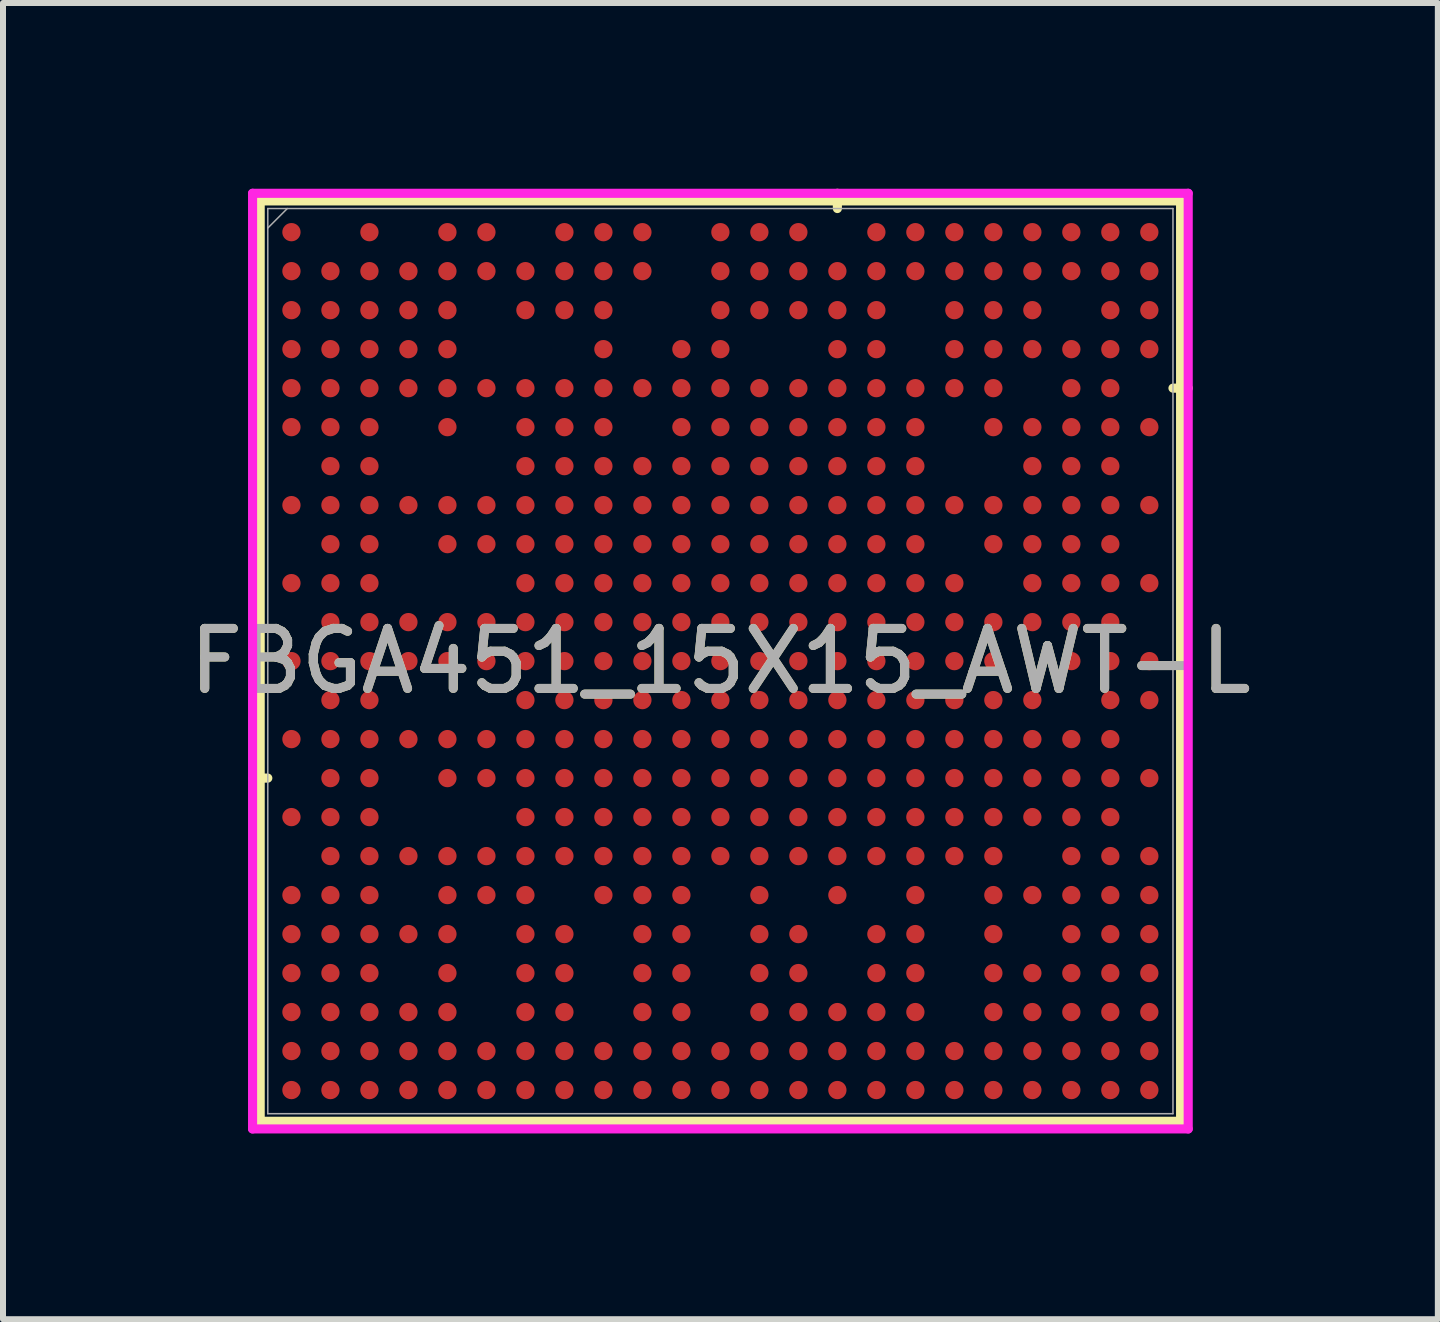
<source format=kicad_pcb>
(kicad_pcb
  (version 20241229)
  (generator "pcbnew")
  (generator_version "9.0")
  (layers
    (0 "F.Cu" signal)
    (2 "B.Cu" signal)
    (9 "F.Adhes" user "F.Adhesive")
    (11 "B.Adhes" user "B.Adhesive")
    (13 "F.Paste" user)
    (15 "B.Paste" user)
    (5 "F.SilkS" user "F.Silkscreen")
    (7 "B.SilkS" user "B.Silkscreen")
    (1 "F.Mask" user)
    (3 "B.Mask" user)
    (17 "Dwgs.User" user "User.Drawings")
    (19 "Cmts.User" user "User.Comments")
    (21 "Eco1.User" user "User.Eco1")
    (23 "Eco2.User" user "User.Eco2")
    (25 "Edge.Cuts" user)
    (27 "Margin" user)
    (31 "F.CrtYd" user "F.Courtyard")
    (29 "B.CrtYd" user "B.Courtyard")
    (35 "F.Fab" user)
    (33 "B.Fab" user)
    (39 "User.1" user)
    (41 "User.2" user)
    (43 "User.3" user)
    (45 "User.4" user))
  (footprint "FBGA451_15X15_AWT-L"
    (layer "F.Cu")
    (at 8.958 7.97)
    (property "Reference" "FBGA451_15X15_AWT-L" (at 0 0 0) (unlocked yes) (layer "F.SilkS") (effects (font (size 1 1) (thickness 0.15))))
    (attr smd)
    (fp_line (start -7.671 -7.671) (end -7.671 7.671) (stroke (width 0.152) (type solid)) (layer "F.SilkS"))
    (fp_line (start -7.671 7.671) (end 7.671 7.671) (stroke (width 0.152) (type solid)) (layer "F.SilkS"))
    (fp_line (start -7.544 1.95) (end -7.798 1.95) (stroke (width 0.152) (type solid)) (layer "F.SilkS"))
    (fp_line (start 1.95 -7.544) (end 1.95 -7.798) (stroke (width 0.152) (type solid)) (layer "F.SilkS"))
    (fp_line (start 7.544 -4.55) (end 7.798 -4.55) (stroke (width 0.152) (type solid)) (layer "F.SilkS"))
    (fp_line (start 7.671 -7.671) (end -7.671 -7.671) (stroke (width 0.152) (type solid)) (layer "F.SilkS"))
    (fp_line (start 7.671 7.671) (end 7.671 -7.671) (stroke (width 0.152) (type solid)) (layer "F.SilkS"))
    (fp_poly (pts (xy -7.92 -7.92) (xy 7.92 -7.92) (xy 7.92 7.92) (xy -7.92 7.92)) (stroke (width 0.1) (type solid)) (fill no) (layer "Eco2.User"))
    (fp_line (start -7.798 -7.798) (end 7.798 -7.798) (stroke (width 0.152) (type solid)) (layer "F.CrtYd"))
    (fp_line (start -7.798 7.798) (end -7.798 -7.798) (stroke (width 0.152) (type solid)) (layer "F.CrtYd"))
    (fp_line (start 7.798 -7.798) (end 7.798 7.798) (stroke (width 0.152) (type solid)) (layer "F.CrtYd"))
    (fp_line (start 7.798 7.798) (end -7.798 7.798) (stroke (width 0.152) (type solid)) (layer "F.CrtYd"))
    (fp_line (start -7.544 -7.544) (end -7.544 7.544) (stroke (width 0.025) (type solid)) (layer "F.Fab"))
    (fp_line (start -7.544 7.544) (end 7.544 7.544) (stroke (width 0.025) (type solid)) (layer "F.Fab"))
    (fp_line (start -7.219 -7.544) (end -7.544 -7.219) (stroke (width 0.025) (type solid)) (layer "F.Fab"))
    (fp_line (start 7.544 -7.544) (end -7.544 -7.544) (stroke (width 0.025) (type solid)) (layer "F.Fab"))
    (fp_line (start 7.544 7.544) (end 7.544 -7.544) (stroke (width 0.025) (type solid)) (layer "F.Fab"))
    (fp_text user "${REFERENCE}" (at 0 0 0) (unlocked yes) (layer "F.Fab") (effects (font (size 1 1) (thickness 0.15))))
    (pad "A1" smd circle (at -7.15 -7.15) (size 0.305 0.305) (layers "F.Cu" "F.Mask" "F.Paste"))
    (pad "A3" smd circle (at -5.85 -7.15) (size 0.305 0.305) (layers "F.Cu" "F.Mask" "F.Paste"))
    (pad "A5" smd circle (at -4.55 -7.15) (size 0.305 0.305) (layers "F.Cu" "F.Mask" "F.Paste"))
    (pad "A6" smd circle (at -3.9 -7.15) (size 0.305 0.305) (layers "F.Cu" "F.Mask" "F.Paste"))
    (pad "A8" smd circle (at -2.6 -7.15) (size 0.305 0.305) (layers "F.Cu" "F.Mask" "F.Paste"))
    (pad "A9" smd circle (at -1.95 -7.15) (size 0.305 0.305) (layers "F.Cu" "F.Mask" "F.Paste"))
    (pad "A10" smd circle (at -1.3 -7.15) (size 0.305 0.305) (layers "F.Cu" "F.Mask" "F.Paste"))
    (pad "A12" smd circle (at 0 -7.15) (size 0.305 0.305) (layers "F.Cu" "F.Mask" "F.Paste"))
    (pad "A13" smd circle (at 0.65 -7.15) (size 0.305 0.305) (layers "F.Cu" "F.Mask" "F.Paste"))
    (pad "A14" smd circle (at 1.3 -7.15) (size 0.305 0.305) (layers "F.Cu" "F.Mask" "F.Paste"))
    (pad "A16" smd circle (at 2.6 -7.15) (size 0.305 0.305) (layers "F.Cu" "F.Mask" "F.Paste"))
    (pad "A17" smd circle (at 3.25 -7.15) (size 0.305 0.305) (layers "F.Cu" "F.Mask" "F.Paste"))
    (pad "A18" smd circle (at 3.9 -7.15) (size 0.305 0.305) (layers "F.Cu" "F.Mask" "F.Paste"))
    (pad "A19" smd circle (at 4.55 -7.15) (size 0.305 0.305) (layers "F.Cu" "F.Mask" "F.Paste"))
    (pad "A20" smd circle (at 5.2 -7.15) (size 0.305 0.305) (layers "F.Cu" "F.Mask" "F.Paste"))
    (pad "A21" smd circle (at 5.85 -7.15) (size 0.305 0.305) (layers "F.Cu" "F.Mask" "F.Paste"))
    (pad "A22" smd circle (at 6.5 -7.15) (size 0.305 0.305) (layers "F.Cu" "F.Mask" "F.Paste"))
    (pad "A23" smd circle (at 7.15 -7.15) (size 0.305 0.305) (layers "F.Cu" "F.Mask" "F.Paste"))
    (pad "AA1" smd circle (at -7.15 5.85) (size 0.305 0.305) (layers "F.Cu" "F.Mask" "F.Paste"))
    (pad "AA2" smd circle (at -6.5 5.85) (size 0.305 0.305) (layers "F.Cu" "F.Mask" "F.Paste"))
    (pad "AA3" smd circle (at -5.85 5.85) (size 0.305 0.305) (layers "F.Cu" "F.Mask" "F.Paste"))
    (pad "AA4" smd circle (at -5.2 5.85) (size 0.305 0.305) (layers "F.Cu" "F.Mask" "F.Paste"))
    (pad "AA5" smd circle (at -4.55 5.85) (size 0.305 0.305) (layers "F.Cu" "F.Mask" "F.Paste"))
    (pad "AA7" smd circle (at -3.25 5.85) (size 0.305 0.305) (layers "F.Cu" "F.Mask" "F.Paste"))
    (pad "AA8" smd circle (at -2.6 5.85) (size 0.305 0.305) (layers "F.Cu" "F.Mask" "F.Paste"))
    (pad "AA10" smd circle (at -1.3 5.85) (size 0.305 0.305) (layers "F.Cu" "F.Mask" "F.Paste"))
    (pad "AA11" smd circle (at -0.65 5.85) (size 0.305 0.305) (layers "F.Cu" "F.Mask" "F.Paste"))
    (pad "AA13" smd circle (at 0.65 5.85) (size 0.305 0.305) (layers "F.Cu" "F.Mask" "F.Paste"))
    (pad "AA14" smd circle (at 1.3 5.85) (size 0.305 0.305) (layers "F.Cu" "F.Mask" "F.Paste"))
    (pad "AA15" smd circle (at 1.95 5.85) (size 0.305 0.305) (layers "F.Cu" "F.Mask" "F.Paste"))
    (pad "AA16" smd circle (at 2.6 5.85) (size 0.305 0.305) (layers "F.Cu" "F.Mask" "F.Paste"))
    (pad "AA17" smd circle (at 3.25 5.85) (size 0.305 0.305) (layers "F.Cu" "F.Mask" "F.Paste"))
    (pad "AA19" smd circle (at 4.55 5.85) (size 0.305 0.305) (layers "F.Cu" "F.Mask" "F.Paste"))
    (pad "AA20" smd circle (at 5.2 5.85) (size 0.305 0.305) (layers "F.Cu" "F.Mask" "F.Paste"))
    (pad "AA21" smd circle (at 5.85 5.85) (size 0.305 0.305) (layers "F.Cu" "F.Mask" "F.Paste"))
    (pad "AA22" smd circle (at 6.5 5.85) (size 0.305 0.305) (layers "F.Cu" "F.Mask" "F.Paste"))
    (pad "AA23" smd circle (at 7.15 5.85) (size 0.305 0.305) (layers "F.Cu" "F.Mask" "F.Paste"))
    (pad "AB1" smd circle (at -7.15 6.5) (size 0.305 0.305) (layers "F.Cu" "F.Mask" "F.Paste"))
    (pad "AB2" smd circle (at -6.5 6.5) (size 0.305 0.305) (layers "F.Cu" "F.Mask" "F.Paste"))
    (pad "AB3" smd circle (at -5.85 6.5) (size 0.305 0.305) (layers "F.Cu" "F.Mask" "F.Paste"))
    (pad "AB4" smd circle (at -5.2 6.5) (size 0.305 0.305) (layers "F.Cu" "F.Mask" "F.Paste"))
    (pad "AB5" smd circle (at -4.55 6.5) (size 0.305 0.305) (layers "F.Cu" "F.Mask" "F.Paste"))
    (pad "AB6" smd circle (at -3.9 6.5) (size 0.305 0.305) (layers "F.Cu" "F.Mask" "F.Paste"))
    (pad "AB7" smd circle (at -3.25 6.5) (size 0.305 0.305) (layers "F.Cu" "F.Mask" "F.Paste"))
    (pad "AB8" smd circle (at -2.6 6.5) (size 0.305 0.305) (layers "F.Cu" "F.Mask" "F.Paste"))
    (pad "AB9" smd circle (at -1.95 6.5) (size 0.305 0.305) (layers "F.Cu" "F.Mask" "F.Paste"))
    (pad "AB10" smd circle (at -1.3 6.5) (size 0.305 0.305) (layers "F.Cu" "F.Mask" "F.Paste"))
    (pad "AB11" smd circle (at -0.65 6.5) (size 0.305 0.305) (layers "F.Cu" "F.Mask" "F.Paste"))
    (pad "AB12" smd circle (at 0 6.5) (size 0.305 0.305) (layers "F.Cu" "F.Mask" "F.Paste"))
    (pad "AB13" smd circle (at 0.65 6.5) (size 0.305 0.305) (layers "F.Cu" "F.Mask" "F.Paste"))
    (pad "AB14" smd circle (at 1.3 6.5) (size 0.305 0.305) (layers "F.Cu" "F.Mask" "F.Paste"))
    (pad "AB15" smd circle (at 1.95 6.5) (size 0.305 0.305) (layers "F.Cu" "F.Mask" "F.Paste"))
    (pad "AB16" smd circle (at 2.6 6.5) (size 0.305 0.305) (layers "F.Cu" "F.Mask" "F.Paste"))
    (pad "AB17" smd circle (at 3.25 6.5) (size 0.305 0.305) (layers "F.Cu" "F.Mask" "F.Paste"))
    (pad "AB18" smd circle (at 3.9 6.5) (size 0.305 0.305) (layers "F.Cu" "F.Mask" "F.Paste"))
    (pad "AB19" smd circle (at 4.55 6.5) (size 0.305 0.305) (layers "F.Cu" "F.Mask" "F.Paste"))
    (pad "AB20" smd circle (at 5.2 6.5) (size 0.305 0.305) (layers "F.Cu" "F.Mask" "F.Paste"))
    (pad "AB21" smd circle (at 5.85 6.5) (size 0.305 0.305) (layers "F.Cu" "F.Mask" "F.Paste"))
    (pad "AB22" smd circle (at 6.5 6.5) (size 0.305 0.305) (layers "F.Cu" "F.Mask" "F.Paste"))
    (pad "AB23" smd circle (at 7.15 6.5) (size 0.305 0.305) (layers "F.Cu" "F.Mask" "F.Paste"))
    (pad "AC1" smd circle (at -7.15 7.15) (size 0.305 0.305) (layers "F.Cu" "F.Mask" "F.Paste"))
    (pad "AC2" smd circle (at -6.5 7.15) (size 0.305 0.305) (layers "F.Cu" "F.Mask" "F.Paste"))
    (pad "AC3" smd circle (at -5.85 7.15) (size 0.305 0.305) (layers "F.Cu" "F.Mask" "F.Paste"))
    (pad "AC4" smd circle (at -5.2 7.15) (size 0.305 0.305) (layers "F.Cu" "F.Mask" "F.Paste"))
    (pad "AC5" smd circle (at -4.55 7.15) (size 0.305 0.305) (layers "F.Cu" "F.Mask" "F.Paste"))
    (pad "AC6" smd circle (at -3.9 7.15) (size 0.305 0.305) (layers "F.Cu" "F.Mask" "F.Paste"))
    (pad "AC7" smd circle (at -3.25 7.15) (size 0.305 0.305) (layers "F.Cu" "F.Mask" "F.Paste"))
    (pad "AC8" smd circle (at -2.6 7.15) (size 0.305 0.305) (layers "F.Cu" "F.Mask" "F.Paste"))
    (pad "AC9" smd circle (at -1.95 7.15) (size 0.305 0.305) (layers "F.Cu" "F.Mask" "F.Paste"))
    (pad "AC10" smd circle (at -1.3 7.15) (size 0.305 0.305) (layers "F.Cu" "F.Mask" "F.Paste"))
    (pad "AC11" smd circle (at -0.65 7.15) (size 0.305 0.305) (layers "F.Cu" "F.Mask" "F.Paste"))
    (pad "AC12" smd circle (at 0 7.15) (size 0.305 0.305) (layers "F.Cu" "F.Mask" "F.Paste"))
    (pad "AC13" smd circle (at 0.65 7.15) (size 0.305 0.305) (layers "F.Cu" "F.Mask" "F.Paste"))
    (pad "AC14" smd circle (at 1.3 7.15) (size 0.305 0.305) (layers "F.Cu" "F.Mask" "F.Paste"))
    (pad "AC15" smd circle (at 1.95 7.15) (size 0.305 0.305) (layers "F.Cu" "F.Mask" "F.Paste"))
    (pad "AC16" smd circle (at 2.6 7.15) (size 0.305 0.305) (layers "F.Cu" "F.Mask" "F.Paste"))
    (pad "AC17" smd circle (at 3.25 7.15) (size 0.305 0.305) (layers "F.Cu" "F.Mask" "F.Paste"))
    (pad "AC18" smd circle (at 3.9 7.15) (size 0.305 0.305) (layers "F.Cu" "F.Mask" "F.Paste"))
    (pad "AC19" smd circle (at 4.55 7.15) (size 0.305 0.305) (layers "F.Cu" "F.Mask" "F.Paste"))
    (pad "AC20" smd circle (at 5.2 7.15) (size 0.305 0.305) (layers "F.Cu" "F.Mask" "F.Paste"))
    (pad "AC21" smd circle (at 5.85 7.15) (size 0.305 0.305) (layers "F.Cu" "F.Mask" "F.Paste"))
    (pad "AC22" smd circle (at 6.5 7.15) (size 0.305 0.305) (layers "F.Cu" "F.Mask" "F.Paste"))
    (pad "AC23" smd circle (at 7.15 7.15) (size 0.305 0.305) (layers "F.Cu" "F.Mask" "F.Paste"))
    (pad "B1" smd circle (at -7.15 -6.5) (size 0.305 0.305) (layers "F.Cu" "F.Mask" "F.Paste"))
    (pad "B2" smd circle (at -6.5 -6.5) (size 0.305 0.305) (layers "F.Cu" "F.Mask" "F.Paste"))
    (pad "B3" smd circle (at -5.85 -6.5) (size 0.305 0.305) (layers "F.Cu" "F.Mask" "F.Paste"))
    (pad "B4" smd circle (at -5.2 -6.5) (size 0.305 0.305) (layers "F.Cu" "F.Mask" "F.Paste"))
    (pad "B5" smd circle (at -4.55 -6.5) (size 0.305 0.305) (layers "F.Cu" "F.Mask" "F.Paste"))
    (pad "B6" smd circle (at -3.9 -6.5) (size 0.305 0.305) (layers "F.Cu" "F.Mask" "F.Paste"))
    (pad "B7" smd circle (at -3.25 -6.5) (size 0.305 0.305) (layers "F.Cu" "F.Mask" "F.Paste"))
    (pad "B8" smd circle (at -2.6 -6.5) (size 0.305 0.305) (layers "F.Cu" "F.Mask" "F.Paste"))
    (pad "B9" smd circle (at -1.95 -6.5) (size 0.305 0.305) (layers "F.Cu" "F.Mask" "F.Paste"))
    (pad "B10" smd circle (at -1.3 -6.5) (size 0.305 0.305) (layers "F.Cu" "F.Mask" "F.Paste"))
    (pad "B12" smd circle (at 0 -6.5) (size 0.305 0.305) (layers "F.Cu" "F.Mask" "F.Paste"))
    (pad "B13" smd circle (at 0.65 -6.5) (size 0.305 0.305) (layers "F.Cu" "F.Mask" "F.Paste"))
    (pad "B14" smd circle (at 1.3 -6.5) (size 0.305 0.305) (layers "F.Cu" "F.Mask" "F.Paste"))
    (pad "B15" smd circle (at 1.95 -6.5) (size 0.305 0.305) (layers "F.Cu" "F.Mask" "F.Paste"))
    (pad "B16" smd circle (at 2.6 -6.5) (size 0.305 0.305) (layers "F.Cu" "F.Mask" "F.Paste"))
    (pad "B17" smd circle (at 3.25 -6.5) (size 0.305 0.305) (layers "F.Cu" "F.Mask" "F.Paste"))
    (pad "B18" smd circle (at 3.9 -6.5) (size 0.305 0.305) (layers "F.Cu" "F.Mask" "F.Paste"))
    (pad "B19" smd circle (at 4.55 -6.5) (size 0.305 0.305) (layers "F.Cu" "F.Mask" "F.Paste"))
    (pad "B20" smd circle (at 5.2 -6.5) (size 0.305 0.305) (layers "F.Cu" "F.Mask" "F.Paste"))
    (pad "B21" smd circle (at 5.85 -6.5) (size 0.305 0.305) (layers "F.Cu" "F.Mask" "F.Paste"))
    (pad "B22" smd circle (at 6.5 -6.5) (size 0.305 0.305) (layers "F.Cu" "F.Mask" "F.Paste"))
    (pad "B23" smd circle (at 7.15 -6.5) (size 0.305 0.305) (layers "F.Cu" "F.Mask" "F.Paste"))
    (pad "C1" smd circle (at -7.15 -5.85) (size 0.305 0.305) (layers "F.Cu" "F.Mask" "F.Paste"))
    (pad "C2" smd circle (at -6.5 -5.85) (size 0.305 0.305) (layers "F.Cu" "F.Mask" "F.Paste"))
    (pad "C3" smd circle (at -5.85 -5.85) (size 0.305 0.305) (layers "F.Cu" "F.Mask" "F.Paste"))
    (pad "C4" smd circle (at -5.2 -5.85) (size 0.305 0.305) (layers "F.Cu" "F.Mask" "F.Paste"))
    (pad "C5" smd circle (at -4.55 -5.85) (size 0.305 0.305) (layers "F.Cu" "F.Mask" "F.Paste"))
    (pad "C7" smd circle (at -3.25 -5.85) (size 0.305 0.305) (layers "F.Cu" "F.Mask" "F.Paste"))
    (pad "C8" smd circle (at -2.6 -5.85) (size 0.305 0.305) (layers "F.Cu" "F.Mask" "F.Paste"))
    (pad "C9" smd circle (at -1.95 -5.85) (size 0.305 0.305) (layers "F.Cu" "F.Mask" "F.Paste"))
    (pad "C12" smd circle (at 0 -5.85) (size 0.305 0.305) (layers "F.Cu" "F.Mask" "F.Paste"))
    (pad "C13" smd circle (at 0.65 -5.85) (size 0.305 0.305) (layers "F.Cu" "F.Mask" "F.Paste"))
    (pad "C14" smd circle (at 1.3 -5.85) (size 0.305 0.305) (layers "F.Cu" "F.Mask" "F.Paste"))
    (pad "C15" smd circle (at 1.95 -5.85) (size 0.305 0.305) (layers "F.Cu" "F.Mask" "F.Paste"))
    (pad "C16" smd circle (at 2.6 -5.85) (size 0.305 0.305) (layers "F.Cu" "F.Mask" "F.Paste"))
    (pad "C18" smd circle (at 3.9 -5.85) (size 0.305 0.305) (layers "F.Cu" "F.Mask" "F.Paste"))
    (pad "C19" smd circle (at 4.55 -5.85) (size 0.305 0.305) (layers "F.Cu" "F.Mask" "F.Paste"))
    (pad "C20" smd circle (at 5.2 -5.85) (size 0.305 0.305) (layers "F.Cu" "F.Mask" "F.Paste"))
    (pad "C22" smd circle (at 6.5 -5.85) (size 0.305 0.305) (layers "F.Cu" "F.Mask" "F.Paste"))
    (pad "C23" smd circle (at 7.15 -5.85) (size 0.305 0.305) (layers "F.Cu" "F.Mask" "F.Paste"))
    (pad "D1" smd circle (at -7.15 -5.2) (size 0.305 0.305) (layers "F.Cu" "F.Mask" "F.Paste"))
    (pad "D2" smd circle (at -6.5 -5.2) (size 0.305 0.305) (layers "F.Cu" "F.Mask" "F.Paste"))
    (pad "D3" smd circle (at -5.85 -5.2) (size 0.305 0.305) (layers "F.Cu" "F.Mask" "F.Paste"))
    (pad "D4" smd circle (at -5.2 -5.2) (size 0.305 0.305) (layers "F.Cu" "F.Mask" "F.Paste"))
    (pad "D5" smd circle (at -4.55 -5.2) (size 0.305 0.305) (layers "F.Cu" "F.Mask" "F.Paste"))
    (pad "D9" smd circle (at -1.95 -5.2) (size 0.305 0.305) (layers "F.Cu" "F.Mask" "F.Paste"))
    (pad "D11" smd circle (at -0.65 -5.2) (size 0.305 0.305) (layers "F.Cu" "F.Mask" "F.Paste"))
    (pad "D12" smd circle (at 0 -5.2) (size 0.305 0.305) (layers "F.Cu" "F.Mask" "F.Paste"))
    (pad "D15" smd circle (at 1.95 -5.2) (size 0.305 0.305) (layers "F.Cu" "F.Mask" "F.Paste"))
    (pad "D16" smd circle (at 2.6 -5.2) (size 0.305 0.305) (layers "F.Cu" "F.Mask" "F.Paste"))
    (pad "D18" smd circle (at 3.9 -5.2) (size 0.305 0.305) (layers "F.Cu" "F.Mask" "F.Paste"))
    (pad "D19" smd circle (at 4.55 -5.2) (size 0.305 0.305) (layers "F.Cu" "F.Mask" "F.Paste"))
    (pad "D20" smd circle (at 5.2 -5.2) (size 0.305 0.305) (layers "F.Cu" "F.Mask" "F.Paste"))
    (pad "D21" smd circle (at 5.85 -5.2) (size 0.305 0.305) (layers "F.Cu" "F.Mask" "F.Paste"))
    (pad "D22" smd circle (at 6.5 -5.2) (size 0.305 0.305) (layers "F.Cu" "F.Mask" "F.Paste"))
    (pad "D23" smd circle (at 7.15 -5.2) (size 0.305 0.305) (layers "F.Cu" "F.Mask" "F.Paste"))
    (pad "E1" smd circle (at -7.15 -4.55) (size 0.305 0.305) (layers "F.Cu" "F.Mask" "F.Paste"))
    (pad "E2" smd circle (at -6.5 -4.55) (size 0.305 0.305) (layers "F.Cu" "F.Mask" "F.Paste"))
    (pad "E3" smd circle (at -5.85 -4.55) (size 0.305 0.305) (layers "F.Cu" "F.Mask" "F.Paste"))
    (pad "E4" smd circle (at -5.2 -4.55) (size 0.305 0.305) (layers "F.Cu" "F.Mask" "F.Paste"))
    (pad "E5" smd circle (at -4.55 -4.55) (size 0.305 0.305) (layers "F.Cu" "F.Mask" "F.Paste"))
    (pad "E6" smd circle (at -3.9 -4.55) (size 0.305 0.305) (layers "F.Cu" "F.Mask" "F.Paste"))
    (pad "E7" smd circle (at -3.25 -4.55) (size 0.305 0.305) (layers "F.Cu" "F.Mask" "F.Paste"))
    (pad "E8" smd circle (at -2.6 -4.55) (size 0.305 0.305) (layers "F.Cu" "F.Mask" "F.Paste"))
    (pad "E9" smd circle (at -1.95 -4.55) (size 0.305 0.305) (layers "F.Cu" "F.Mask" "F.Paste"))
    (pad "E10" smd circle (at -1.3 -4.55) (size 0.305 0.305) (layers "F.Cu" "F.Mask" "F.Paste"))
    (pad "E11" smd circle (at -0.65 -4.55) (size 0.305 0.305) (layers "F.Cu" "F.Mask" "F.Paste"))
    (pad "E12" smd circle (at 0 -4.55) (size 0.305 0.305) (layers "F.Cu" "F.Mask" "F.Paste"))
    (pad "E13" smd circle (at 0.65 -4.55) (size 0.305 0.305) (layers "F.Cu" "F.Mask" "F.Paste"))
    (pad "E14" smd circle (at 1.3 -4.55) (size 0.305 0.305) (layers "F.Cu" "F.Mask" "F.Paste"))
    (pad "E15" smd circle (at 1.95 -4.55) (size 0.305 0.305) (layers "F.Cu" "F.Mask" "F.Paste"))
    (pad "E16" smd circle (at 2.6 -4.55) (size 0.305 0.305) (layers "F.Cu" "F.Mask" "F.Paste"))
    (pad "E17" smd circle (at 3.25 -4.55) (size 0.305 0.305) (layers "F.Cu" "F.Mask" "F.Paste"))
    (pad "E18" smd circle (at 3.9 -4.55) (size 0.305 0.305) (layers "F.Cu" "F.Mask" "F.Paste"))
    (pad "E19" smd circle (at 4.55 -4.55) (size 0.305 0.305) (layers "F.Cu" "F.Mask" "F.Paste"))
    (pad "E21" smd circle (at 5.85 -4.55) (size 0.305 0.305) (layers "F.Cu" "F.Mask" "F.Paste"))
    (pad "E22" smd circle (at 6.5 -4.55) (size 0.305 0.305) (layers "F.Cu" "F.Mask" "F.Paste"))
    (pad "F1" smd circle (at -7.15 -3.9) (size 0.305 0.305) (layers "F.Cu" "F.Mask" "F.Paste"))
    (pad "F2" smd circle (at -6.5 -3.9) (size 0.305 0.305) (layers "F.Cu" "F.Mask" "F.Paste"))
    (pad "F3" smd circle (at -5.85 -3.9) (size 0.305 0.305) (layers "F.Cu" "F.Mask" "F.Paste"))
    (pad "F5" smd circle (at -4.55 -3.9) (size 0.305 0.305) (layers "F.Cu" "F.Mask" "F.Paste"))
    (pad "F7" smd circle (at -3.25 -3.9) (size 0.305 0.305) (layers "F.Cu" "F.Mask" "F.Paste"))
    (pad "F8" smd circle (at -2.6 -3.9) (size 0.305 0.305) (layers "F.Cu" "F.Mask" "F.Paste"))
    (pad "F9" smd circle (at -1.95 -3.9) (size 0.305 0.305) (layers "F.Cu" "F.Mask" "F.Paste"))
    (pad "F11" smd circle (at -0.65 -3.9) (size 0.305 0.305) (layers "F.Cu" "F.Mask" "F.Paste"))
    (pad "F12" smd circle (at 0 -3.9) (size 0.305 0.305) (layers "F.Cu" "F.Mask" "F.Paste"))
    (pad "F13" smd circle (at 0.65 -3.9) (size 0.305 0.305) (layers "F.Cu" "F.Mask" "F.Paste"))
    (pad "F14" smd circle (at 1.3 -3.9) (size 0.305 0.305) (layers "F.Cu" "F.Mask" "F.Paste"))
    (pad "F15" smd circle (at 1.95 -3.9) (size 0.305 0.305) (layers "F.Cu" "F.Mask" "F.Paste"))
    (pad "F16" smd circle (at 2.6 -3.9) (size 0.305 0.305) (layers "F.Cu" "F.Mask" "F.Paste"))
    (pad "F17" smd circle (at 3.25 -3.9) (size 0.305 0.305) (layers "F.Cu" "F.Mask" "F.Paste"))
    (pad "F19" smd circle (at 4.55 -3.9) (size 0.305 0.305) (layers "F.Cu" "F.Mask" "F.Paste"))
    (pad "F20" smd circle (at 5.2 -3.9) (size 0.305 0.305) (layers "F.Cu" "F.Mask" "F.Paste"))
    (pad "F21" smd circle (at 5.85 -3.9) (size 0.305 0.305) (layers "F.Cu" "F.Mask" "F.Paste"))
    (pad "F22" smd circle (at 6.5 -3.9) (size 0.305 0.305) (layers "F.Cu" "F.Mask" "F.Paste"))
    (pad "F23" smd circle (at 7.15 -3.9) (size 0.305 0.305) (layers "F.Cu" "F.Mask" "F.Paste"))
    (pad "G2" smd circle (at -6.5 -3.25) (size 0.305 0.305) (layers "F.Cu" "F.Mask" "F.Paste"))
    (pad "G3" smd circle (at -5.85 -3.25) (size 0.305 0.305) (layers "F.Cu" "F.Mask" "F.Paste"))
    (pad "G7" smd circle (at -3.25 -3.25) (size 0.305 0.305) (layers "F.Cu" "F.Mask" "F.Paste"))
    (pad "G8" smd circle (at -2.6 -3.25) (size 0.305 0.305) (layers "F.Cu" "F.Mask" "F.Paste"))
    (pad "G9" smd circle (at -1.95 -3.25) (size 0.305 0.305) (layers "F.Cu" "F.Mask" "F.Paste"))
    (pad "G10" smd circle (at -1.3 -3.25) (size 0.305 0.305) (layers "F.Cu" "F.Mask" "F.Paste"))
    (pad "G11" smd circle (at -0.65 -3.25) (size 0.305 0.305) (layers "F.Cu" "F.Mask" "F.Paste"))
    (pad "G12" smd circle (at 0 -3.25) (size 0.305 0.305) (layers "F.Cu" "F.Mask" "F.Paste"))
    (pad "G13" smd circle (at 0.65 -3.25) (size 0.305 0.305) (layers "F.Cu" "F.Mask" "F.Paste"))
    (pad "G14" smd circle (at 1.3 -3.25) (size 0.305 0.305) (layers "F.Cu" "F.Mask" "F.Paste"))
    (pad "G15" smd circle (at 1.95 -3.25) (size 0.305 0.305) (layers "F.Cu" "F.Mask" "F.Paste"))
    (pad "G16" smd circle (at 2.6 -3.25) (size 0.305 0.305) (layers "F.Cu" "F.Mask" "F.Paste"))
    (pad "G17" smd circle (at 3.25 -3.25) (size 0.305 0.305) (layers "F.Cu" "F.Mask" "F.Paste"))
    (pad "G20" smd circle (at 5.2 -3.25) (size 0.305 0.305) (layers "F.Cu" "F.Mask" "F.Paste"))
    (pad "G21" smd circle (at 5.85 -3.25) (size 0.305 0.305) (layers "F.Cu" "F.Mask" "F.Paste"))
    (pad "G22" smd circle (at 6.5 -3.25) (size 0.305 0.305) (layers "F.Cu" "F.Mask" "F.Paste"))
    (pad "H1" smd circle (at -7.15 -2.6) (size 0.305 0.305) (layers "F.Cu" "F.Mask" "F.Paste"))
    (pad "H2" smd circle (at -6.5 -2.6) (size 0.305 0.305) (layers "F.Cu" "F.Mask" "F.Paste"))
    (pad "H3" smd circle (at -5.85 -2.6) (size 0.305 0.305) (layers "F.Cu" "F.Mask" "F.Paste"))
    (pad "H4" smd circle (at -5.2 -2.6) (size 0.305 0.305) (layers "F.Cu" "F.Mask" "F.Paste"))
    (pad "H5" smd circle (at -4.55 -2.6) (size 0.305 0.305) (layers "F.Cu" "F.Mask" "F.Paste"))
    (pad "H6" smd circle (at -3.9 -2.6) (size 0.305 0.305) (layers "F.Cu" "F.Mask" "F.Paste"))
    (pad "H7" smd circle (at -3.25 -2.6) (size 0.305 0.305) (layers "F.Cu" "F.Mask" "F.Paste"))
    (pad "H8" smd circle (at -2.6 -2.6) (size 0.305 0.305) (layers "F.Cu" "F.Mask" "F.Paste"))
    (pad "H9" smd circle (at -1.95 -2.6) (size 0.305 0.305) (layers "F.Cu" "F.Mask" "F.Paste"))
    (pad "H10" smd circle (at -1.3 -2.6) (size 0.305 0.305) (layers "F.Cu" "F.Mask" "F.Paste"))
    (pad "H11" smd circle (at -0.65 -2.6) (size 0.305 0.305) (layers "F.Cu" "F.Mask" "F.Paste"))
    (pad "H12" smd circle (at 0 -2.6) (size 0.305 0.305) (layers "F.Cu" "F.Mask" "F.Paste"))
    (pad "H13" smd circle (at 0.65 -2.6) (size 0.305 0.305) (layers "F.Cu" "F.Mask" "F.Paste"))
    (pad "H14" smd circle (at 1.3 -2.6) (size 0.305 0.305) (layers "F.Cu" "F.Mask" "F.Paste"))
    (pad "H15" smd circle (at 1.95 -2.6) (size 0.305 0.305) (layers "F.Cu" "F.Mask" "F.Paste"))
    (pad "H16" smd circle (at 2.6 -2.6) (size 0.305 0.305) (layers "F.Cu" "F.Mask" "F.Paste"))
    (pad "H17" smd circle (at 3.25 -2.6) (size 0.305 0.305) (layers "F.Cu" "F.Mask" "F.Paste"))
    (pad "H18" smd circle (at 3.9 -2.6) (size 0.305 0.305) (layers "F.Cu" "F.Mask" "F.Paste"))
    (pad "H19" smd circle (at 4.55 -2.6) (size 0.305 0.305) (layers "F.Cu" "F.Mask" "F.Paste"))
    (pad "H20" smd circle (at 5.2 -2.6) (size 0.305 0.305) (layers "F.Cu" "F.Mask" "F.Paste"))
    (pad "H21" smd circle (at 5.85 -2.6) (size 0.305 0.305) (layers "F.Cu" "F.Mask" "F.Paste"))
    (pad "H22" smd circle (at 6.5 -2.6) (size 0.305 0.305) (layers "F.Cu" "F.Mask" "F.Paste"))
    (pad "H23" smd circle (at 7.15 -2.6) (size 0.305 0.305) (layers "F.Cu" "F.Mask" "F.Paste"))
    (pad "J2" smd circle (at -6.5 -1.95) (size 0.305 0.305) (layers "F.Cu" "F.Mask" "F.Paste"))
    (pad "J3" smd circle (at -5.85 -1.95) (size 0.305 0.305) (layers "F.Cu" "F.Mask" "F.Paste"))
    (pad "J5" smd circle (at -4.55 -1.95) (size 0.305 0.305) (layers "F.Cu" "F.Mask" "F.Paste"))
    (pad "J6" smd circle (at -3.9 -1.95) (size 0.305 0.305) (layers "F.Cu" "F.Mask" "F.Paste"))
    (pad "J7" smd circle (at -3.25 -1.95) (size 0.305 0.305) (layers "F.Cu" "F.Mask" "F.Paste"))
    (pad "J8" smd circle (at -2.6 -1.95) (size 0.305 0.305) (layers "F.Cu" "F.Mask" "F.Paste"))
    (pad "J9" smd circle (at -1.95 -1.95) (size 0.305 0.305) (layers "F.Cu" "F.Mask" "F.Paste"))
    (pad "J10" smd circle (at -1.3 -1.95) (size 0.305 0.305) (layers "F.Cu" "F.Mask" "F.Paste"))
    (pad "J11" smd circle (at -0.65 -1.95) (size 0.305 0.305) (layers "F.Cu" "F.Mask" "F.Paste"))
    (pad "J12" smd circle (at 0 -1.95) (size 0.305 0.305) (layers "F.Cu" "F.Mask" "F.Paste"))
    (pad "J13" smd circle (at 0.65 -1.95) (size 0.305 0.305) (layers "F.Cu" "F.Mask" "F.Paste"))
    (pad "J14" smd circle (at 1.3 -1.95) (size 0.305 0.305) (layers "F.Cu" "F.Mask" "F.Paste"))
    (pad "J15" smd circle (at 1.95 -1.95) (size 0.305 0.305) (layers "F.Cu" "F.Mask" "F.Paste"))
    (pad "J16" smd circle (at 2.6 -1.95) (size 0.305 0.305) (layers "F.Cu" "F.Mask" "F.Paste"))
    (pad "J17" smd circle (at 3.25 -1.95) (size 0.305 0.305) (layers "F.Cu" "F.Mask" "F.Paste"))
    (pad "J19" smd circle (at 4.55 -1.95) (size 0.305 0.305) (layers "F.Cu" "F.Mask" "F.Paste"))
    (pad "J20" smd circle (at 5.2 -1.95) (size 0.305 0.305) (layers "F.Cu" "F.Mask" "F.Paste"))
    (pad "J21" smd circle (at 5.85 -1.95) (size 0.305 0.305) (layers "F.Cu" "F.Mask" "F.Paste"))
    (pad "J22" smd circle (at 6.5 -1.95) (size 0.305 0.305) (layers "F.Cu" "F.Mask" "F.Paste"))
    (pad "K1" smd circle (at -7.15 -1.3) (size 0.305 0.305) (layers "F.Cu" "F.Mask" "F.Paste"))
    (pad "K2" smd circle (at -6.5 -1.3) (size 0.305 0.305) (layers "F.Cu" "F.Mask" "F.Paste"))
    (pad "K3" smd circle (at -5.85 -1.3) (size 0.305 0.305) (layers "F.Cu" "F.Mask" "F.Paste"))
    (pad "K7" smd circle (at -3.25 -1.3) (size 0.305 0.305) (layers "F.Cu" "F.Mask" "F.Paste"))
    (pad "K8" smd circle (at -2.6 -1.3) (size 0.305 0.305) (layers "F.Cu" "F.Mask" "F.Paste"))
    (pad "K9" smd circle (at -1.95 -1.3) (size 0.305 0.305) (layers "F.Cu" "F.Mask" "F.Paste"))
    (pad "K10" smd circle (at -1.3 -1.3) (size 0.305 0.305) (layers "F.Cu" "F.Mask" "F.Paste"))
    (pad "K11" smd circle (at -0.65 -1.3) (size 0.305 0.305) (layers "F.Cu" "F.Mask" "F.Paste"))
    (pad "K12" smd circle (at 0 -1.3) (size 0.305 0.305) (layers "F.Cu" "F.Mask" "F.Paste"))
    (pad "K13" smd circle (at 0.65 -1.3) (size 0.305 0.305) (layers "F.Cu" "F.Mask" "F.Paste"))
    (pad "K14" smd circle (at 1.3 -1.3) (size 0.305 0.305) (layers "F.Cu" "F.Mask" "F.Paste"))
    (pad "K15" smd circle (at 1.95 -1.3) (size 0.305 0.305) (layers "F.Cu" "F.Mask" "F.Paste"))
    (pad "K16" smd circle (at 2.6 -1.3) (size 0.305 0.305) (layers "F.Cu" "F.Mask" "F.Paste"))
    (pad "K17" smd circle (at 3.25 -1.3) (size 0.305 0.305) (layers "F.Cu" "F.Mask" "F.Paste"))
    (pad "K18" smd circle (at 3.9 -1.3) (size 0.305 0.305) (layers "F.Cu" "F.Mask" "F.Paste"))
    (pad "K20" smd circle (at 5.2 -1.3) (size 0.305 0.305) (layers "F.Cu" "F.Mask" "F.Paste"))
    (pad "K21" smd circle (at 5.85 -1.3) (size 0.305 0.305) (layers "F.Cu" "F.Mask" "F.Paste"))
    (pad "K22" smd circle (at 6.5 -1.3) (size 0.305 0.305) (layers "F.Cu" "F.Mask" "F.Paste"))
    (pad "K23" smd circle (at 7.15 -1.3) (size 0.305 0.305) (layers "F.Cu" "F.Mask" "F.Paste"))
    (pad "L2" smd circle (at -6.5 -0.65) (size 0.305 0.305) (layers "F.Cu" "F.Mask" "F.Paste"))
    (pad "L3" smd circle (at -5.85 -0.65) (size 0.305 0.305) (layers "F.Cu" "F.Mask" "F.Paste"))
    (pad "L4" smd circle (at -5.2 -0.65) (size 0.305 0.305) (layers "F.Cu" "F.Mask" "F.Paste"))
    (pad "L5" smd circle (at -4.55 -0.65) (size 0.305 0.305) (layers "F.Cu" "F.Mask" "F.Paste"))
    (pad "L6" smd circle (at -3.9 -0.65) (size 0.305 0.305) (layers "F.Cu" "F.Mask" "F.Paste"))
    (pad "L7" smd circle (at -3.25 -0.65) (size 0.305 0.305) (layers "F.Cu" "F.Mask" "F.Paste"))
    (pad "L8" smd circle (at -2.6 -0.65) (size 0.305 0.305) (layers "F.Cu" "F.Mask" "F.Paste"))
    (pad "L9" smd circle (at -1.95 -0.65) (size 0.305 0.305) (layers "F.Cu" "F.Mask" "F.Paste"))
    (pad "L10" smd circle (at -1.3 -0.65) (size 0.305 0.305) (layers "F.Cu" "F.Mask" "F.Paste"))
    (pad "L11" smd circle (at -0.65 -0.65) (size 0.305 0.305) (layers "F.Cu" "F.Mask" "F.Paste"))
    (pad "L12" smd circle (at 0 -0.65) (size 0.305 0.305) (layers "F.Cu" "F.Mask" "F.Paste"))
    (pad "L13" smd circle (at 0.65 -0.65) (size 0.305 0.305) (layers "F.Cu" "F.Mask" "F.Paste"))
    (pad "L14" smd circle (at 1.3 -0.65) (size 0.305 0.305) (layers "F.Cu" "F.Mask" "F.Paste"))
    (pad "L15" smd circle (at 1.95 -0.65) (size 0.305 0.305) (layers "F.Cu" "F.Mask" "F.Paste"))
    (pad "L16" smd circle (at 2.6 -0.65) (size 0.305 0.305) (layers "F.Cu" "F.Mask" "F.Paste"))
    (pad "L17" smd circle (at 3.25 -0.65) (size 0.305 0.305) (layers "F.Cu" "F.Mask" "F.Paste"))
    (pad "L18" smd circle (at 3.9 -0.65) (size 0.305 0.305) (layers "F.Cu" "F.Mask" "F.Paste"))
    (pad "L19" smd circle (at 4.55 -0.65) (size 0.305 0.305) (layers "F.Cu" "F.Mask" "F.Paste"))
    (pad "L20" smd circle (at 5.2 -0.65) (size 0.305 0.305) (layers "F.Cu" "F.Mask" "F.Paste"))
    (pad "L21" smd circle (at 5.85 -0.65) (size 0.305 0.305) (layers "F.Cu" "F.Mask" "F.Paste"))
    (pad "L22" smd circle (at 6.5 -0.65) (size 0.305 0.305) (layers "F.Cu" "F.Mask" "F.Paste"))
    (pad "M1" smd circle (at -7.15 0) (size 0.305 0.305) (layers "F.Cu" "F.Mask" "F.Paste"))
    (pad "M2" smd circle (at -6.5 0) (size 0.305 0.305) (layers "F.Cu" "F.Mask" "F.Paste"))
    (pad "M3" smd circle (at -5.85 0) (size 0.305 0.305) (layers "F.Cu" "F.Mask" "F.Paste"))
    (pad "M4" smd circle (at -5.2 0) (size 0.305 0.305) (layers "F.Cu" "F.Mask" "F.Paste"))
    (pad "M5" smd circle (at -4.55 0) (size 0.305 0.305) (layers "F.Cu" "F.Mask" "F.Paste"))
    (pad "M6" smd circle (at -3.9 0) (size 0.305 0.305) (layers "F.Cu" "F.Mask" "F.Paste"))
    (pad "M7" smd circle (at -3.25 0) (size 0.305 0.305) (layers "F.Cu" "F.Mask" "F.Paste"))
    (pad "M8" smd circle (at -2.6 0) (size 0.305 0.305) (layers "F.Cu" "F.Mask" "F.Paste"))
    (pad "M9" smd circle (at -1.95 0) (size 0.305 0.305) (layers "F.Cu" "F.Mask" "F.Paste"))
    (pad "M10" smd circle (at -1.3 0) (size 0.305 0.305) (layers "F.Cu" "F.Mask" "F.Paste"))
    (pad "M11" smd circle (at -0.65 0) (size 0.305 0.305) (layers "F.Cu" "F.Mask" "F.Paste"))
    (pad "M12" smd circle (at 0 0) (size 0.305 0.305) (layers "F.Cu" "F.Mask" "F.Paste"))
    (pad "M13" smd circle (at 0.65 0) (size 0.305 0.305) (layers "F.Cu" "F.Mask" "F.Paste"))
    (pad "M14" smd circle (at 1.3 0) (size 0.305 0.305) (layers "F.Cu" "F.Mask" "F.Paste"))
    (pad "M15" smd circle (at 1.95 0) (size 0.305 0.305) (layers "F.Cu" "F.Mask" "F.Paste"))
    (pad "M16" smd circle (at 2.6 0) (size 0.305 0.305) (layers "F.Cu" "F.Mask" "F.Paste"))
    (pad "M17" smd circle (at 3.25 0) (size 0.305 0.305) (layers "F.Cu" "F.Mask" "F.Paste"))
    (pad "M18" smd circle (at 3.9 0) (size 0.305 0.305) (layers "F.Cu" "F.Mask" "F.Paste"))
    (pad "M19" smd circle (at 4.55 0) (size 0.305 0.305) (layers "F.Cu" "F.Mask" "F.Paste"))
    (pad "M21" smd circle (at 5.85 0) (size 0.305 0.305) (layers "F.Cu" "F.Mask" "F.Paste"))
    (pad "M22" smd circle (at 6.5 0) (size 0.305 0.305) (layers "F.Cu" "F.Mask" "F.Paste"))
    (pad "M23" smd circle (at 7.15 0) (size 0.305 0.305) (layers "F.Cu" "F.Mask" "F.Paste"))
    (pad "N2" smd circle (at -6.5 0.65) (size 0.305 0.305) (layers "F.Cu" "F.Mask" "F.Paste"))
    (pad "N3" smd circle (at -5.85 0.65) (size 0.305 0.305) (layers "F.Cu" "F.Mask" "F.Paste"))
    (pad "N7" smd circle (at -3.25 0.65) (size 0.305 0.305) (layers "F.Cu" "F.Mask" "F.Paste"))
    (pad "N8" smd circle (at -2.6 0.65) (size 0.305 0.305) (layers "F.Cu" "F.Mask" "F.Paste"))
    (pad "N9" smd circle (at -1.95 0.65) (size 0.305 0.305) (layers "F.Cu" "F.Mask" "F.Paste"))
    (pad "N10" smd circle (at -1.3 0.65) (size 0.305 0.305) (layers "F.Cu" "F.Mask" "F.Paste"))
    (pad "N11" smd circle (at -0.65 0.65) (size 0.305 0.305) (layers "F.Cu" "F.Mask" "F.Paste"))
    (pad "N12" smd circle (at 0 0.65) (size 0.305 0.305) (layers "F.Cu" "F.Mask" "F.Paste"))
    (pad "N13" smd circle (at 0.65 0.65) (size 0.305 0.305) (layers "F.Cu" "F.Mask" "F.Paste"))
    (pad "N14" smd circle (at 1.3 0.65) (size 0.305 0.305) (layers "F.Cu" "F.Mask" "F.Paste"))
    (pad "N15" smd circle (at 1.95 0.65) (size 0.305 0.305) (layers "F.Cu" "F.Mask" "F.Paste"))
    (pad "N16" smd circle (at 2.6 0.65) (size 0.305 0.305) (layers "F.Cu" "F.Mask" "F.Paste"))
    (pad "N17" smd circle (at 3.25 0.65) (size 0.305 0.305) (layers "F.Cu" "F.Mask" "F.Paste"))
    (pad "N18" smd circle (at 3.9 0.65) (size 0.305 0.305) (layers "F.Cu" "F.Mask" "F.Paste"))
    (pad "N19" smd circle (at 4.55 0.65) (size 0.305 0.305) (layers "F.Cu" "F.Mask" "F.Paste"))
    (pad "N20" smd circle (at 5.2 0.65) (size 0.305 0.305) (layers "F.Cu" "F.Mask" "F.Paste"))
    (pad "N22" smd circle (at 6.5 0.65) (size 0.305 0.305) (layers "F.Cu" "F.Mask" "F.Paste"))
    (pad "N23" smd circle (at 7.15 0.65) (size 0.305 0.305) (layers "F.Cu" "F.Mask" "F.Paste"))
    (pad "P1" smd circle (at -7.15 1.3) (size 0.305 0.305) (layers "F.Cu" "F.Mask" "F.Paste"))
    (pad "P2" smd circle (at -6.5 1.3) (size 0.305 0.305) (layers "F.Cu" "F.Mask" "F.Paste"))
    (pad "P3" smd circle (at -5.85 1.3) (size 0.305 0.305) (layers "F.Cu" "F.Mask" "F.Paste"))
    (pad "P4" smd circle (at -5.2 1.3) (size 0.305 0.305) (layers "F.Cu" "F.Mask" "F.Paste"))
    (pad "P5" smd circle (at -4.55 1.3) (size 0.305 0.305) (layers "F.Cu" "F.Mask" "F.Paste"))
    (pad "P6" smd circle (at -3.9 1.3) (size 0.305 0.305) (layers "F.Cu" "F.Mask" "F.Paste"))
    (pad "P7" smd circle (at -3.25 1.3) (size 0.305 0.305) (layers "F.Cu" "F.Mask" "F.Paste"))
    (pad "P8" smd circle (at -2.6 1.3) (size 0.305 0.305) (layers "F.Cu" "F.Mask" "F.Paste"))
    (pad "P9" smd circle (at -1.95 1.3) (size 0.305 0.305) (layers "F.Cu" "F.Mask" "F.Paste"))
    (pad "P10" smd circle (at -1.3 1.3) (size 0.305 0.305) (layers "F.Cu" "F.Mask" "F.Paste"))
    (pad "P11" smd circle (at -0.65 1.3) (size 0.305 0.305) (layers "F.Cu" "F.Mask" "F.Paste"))
    (pad "P12" smd circle (at 0 1.3) (size 0.305 0.305) (layers "F.Cu" "F.Mask" "F.Paste"))
    (pad "P13" smd circle (at 0.65 1.3) (size 0.305 0.305) (layers "F.Cu" "F.Mask" "F.Paste"))
    (pad "P14" smd circle (at 1.3 1.3) (size 0.305 0.305) (layers "F.Cu" "F.Mask" "F.Paste"))
    (pad "P15" smd circle (at 1.95 1.3) (size 0.305 0.305) (layers "F.Cu" "F.Mask" "F.Paste"))
    (pad "P16" smd circle (at 2.6 1.3) (size 0.305 0.305) (layers "F.Cu" "F.Mask" "F.Paste"))
    (pad "P17" smd circle (at 3.25 1.3) (size 0.305 0.305) (layers "F.Cu" "F.Mask" "F.Paste"))
    (pad "P18" smd circle (at 3.9 1.3) (size 0.305 0.305) (layers "F.Cu" "F.Mask" "F.Paste"))
    (pad "P19" smd circle (at 4.55 1.3) (size 0.305 0.305) (layers "F.Cu" "F.Mask" "F.Paste"))
    (pad "P20" smd circle (at 5.2 1.3) (size 0.305 0.305) (layers "F.Cu" "F.Mask" "F.Paste"))
    (pad "P21" smd circle (at 5.85 1.3) (size 0.305 0.305) (layers "F.Cu" "F.Mask" "F.Paste"))
    (pad "P22" smd circle (at 6.5 1.3) (size 0.305 0.305) (layers "F.Cu" "F.Mask" "F.Paste"))
    (pad "R2" smd circle (at -6.5 1.95) (size 0.305 0.305) (layers "F.Cu" "F.Mask" "F.Paste"))
    (pad "R3" smd circle (at -5.85 1.95) (size 0.305 0.305) (layers "F.Cu" "F.Mask" "F.Paste"))
    (pad "R5" smd circle (at -4.55 1.95) (size 0.305 0.305) (layers "F.Cu" "F.Mask" "F.Paste"))
    (pad "R6" smd circle (at -3.9 1.95) (size 0.305 0.305) (layers "F.Cu" "F.Mask" "F.Paste"))
    (pad "R7" smd circle (at -3.25 1.95) (size 0.305 0.305) (layers "F.Cu" "F.Mask" "F.Paste"))
    (pad "R8" smd circle (at -2.6 1.95) (size 0.305 0.305) (layers "F.Cu" "F.Mask" "F.Paste"))
    (pad "R9" smd circle (at -1.95 1.95) (size 0.305 0.305) (layers "F.Cu" "F.Mask" "F.Paste"))
    (pad "R10" smd circle (at -1.3 1.95) (size 0.305 0.305) (layers "F.Cu" "F.Mask" "F.Paste"))
    (pad "R11" smd circle (at -0.65 1.95) (size 0.305 0.305) (layers "F.Cu" "F.Mask" "F.Paste"))
    (pad "R12" smd circle (at 0 1.95) (size 0.305 0.305) (layers "F.Cu" "F.Mask" "F.Paste"))
    (pad "R13" smd circle (at 0.65 1.95) (size 0.305 0.305) (layers "F.Cu" "F.Mask" "F.Paste"))
    (pad "R14" smd circle (at 1.3 1.95) (size 0.305 0.305) (layers "F.Cu" "F.Mask" "F.Paste"))
    (pad "R15" smd circle (at 1.95 1.95) (size 0.305 0.305) (layers "F.Cu" "F.Mask" "F.Paste"))
    (pad "R16" smd circle (at 2.6 1.95) (size 0.305 0.305) (layers "F.Cu" "F.Mask" "F.Paste"))
    (pad "R17" smd circle (at 3.25 1.95) (size 0.305 0.305) (layers "F.Cu" "F.Mask" "F.Paste"))
    (pad "R18" smd circle (at 3.9 1.95) (size 0.305 0.305) (layers "F.Cu" "F.Mask" "F.Paste"))
    (pad "R19" smd circle (at 4.55 1.95) (size 0.305 0.305) (layers "F.Cu" "F.Mask" "F.Paste"))
    (pad "R20" smd circle (at 5.2 1.95) (size 0.305 0.305) (layers "F.Cu" "F.Mask" "F.Paste"))
    (pad "R21" smd circle (at 5.85 1.95) (size 0.305 0.305) (layers "F.Cu" "F.Mask" "F.Paste"))
    (pad "R22" smd circle (at 6.5 1.95) (size 0.305 0.305) (layers "F.Cu" "F.Mask" "F.Paste"))
    (pad "R23" smd circle (at 7.15 1.95) (size 0.305 0.305) (layers "F.Cu" "F.Mask" "F.Paste"))
    (pad "T1" smd circle (at -7.15 2.6) (size 0.305 0.305) (layers "F.Cu" "F.Mask" "F.Paste"))
    (pad "T2" smd circle (at -6.5 2.6) (size 0.305 0.305) (layers "F.Cu" "F.Mask" "F.Paste"))
    (pad "T3" smd circle (at -5.85 2.6) (size 0.305 0.305) (layers "F.Cu" "F.Mask" "F.Paste"))
    (pad "T7" smd circle (at -3.25 2.6) (size 0.305 0.305) (layers "F.Cu" "F.Mask" "F.Paste"))
    (pad "T8" smd circle (at -2.6 2.6) (size 0.305 0.305) (layers "F.Cu" "F.Mask" "F.Paste"))
    (pad "T9" smd circle (at -1.95 2.6) (size 0.305 0.305) (layers "F.Cu" "F.Mask" "F.Paste"))
    (pad "T10" smd circle (at -1.3 2.6) (size 0.305 0.305) (layers "F.Cu" "F.Mask" "F.Paste"))
    (pad "T11" smd circle (at -0.65 2.6) (size 0.305 0.305) (layers "F.Cu" "F.Mask" "F.Paste"))
    (pad "T12" smd circle (at 0 2.6) (size 0.305 0.305) (layers "F.Cu" "F.Mask" "F.Paste"))
    (pad "T13" smd circle (at 0.65 2.6) (size 0.305 0.305) (layers "F.Cu" "F.Mask" "F.Paste"))
    (pad "T14" smd circle (at 1.3 2.6) (size 0.305 0.305) (layers "F.Cu" "F.Mask" "F.Paste"))
    (pad "T15" smd circle (at 1.95 2.6) (size 0.305 0.305) (layers "F.Cu" "F.Mask" "F.Paste"))
    (pad "T16" smd circle (at 2.6 2.6) (size 0.305 0.305) (layers "F.Cu" "F.Mask" "F.Paste"))
    (pad "T17" smd circle (at 3.25 2.6) (size 0.305 0.305) (layers "F.Cu" "F.Mask" "F.Paste"))
    (pad "T18" smd circle (at 3.9 2.6) (size 0.305 0.305) (layers "F.Cu" "F.Mask" "F.Paste"))
    (pad "T19" smd circle (at 4.55 2.6) (size 0.305 0.305) (layers "F.Cu" "F.Mask" "F.Paste"))
    (pad "T20" smd circle (at 5.2 2.6) (size 0.305 0.305) (layers "F.Cu" "F.Mask" "F.Paste"))
    (pad "T21" smd circle (at 5.85 2.6) (size 0.305 0.305) (layers "F.Cu" "F.Mask" "F.Paste"))
    (pad "T22" smd circle (at 6.5 2.6) (size 0.305 0.305) (layers "F.Cu" "F.Mask" "F.Paste"))
    (pad "U2" smd circle (at -6.5 3.25) (size 0.305 0.305) (layers "F.Cu" "F.Mask" "F.Paste"))
    (pad "U3" smd circle (at -5.85 3.25) (size 0.305 0.305) (layers "F.Cu" "F.Mask" "F.Paste"))
    (pad "U4" smd circle (at -5.2 3.25) (size 0.305 0.305) (layers "F.Cu" "F.Mask" "F.Paste"))
    (pad "U5" smd circle (at -4.55 3.25) (size 0.305 0.305) (layers "F.Cu" "F.Mask" "F.Paste"))
    (pad "U6" smd circle (at -3.9 3.25) (size 0.305 0.305) (layers "F.Cu" "F.Mask" "F.Paste"))
    (pad "U7" smd circle (at -3.25 3.25) (size 0.305 0.305) (layers "F.Cu" "F.Mask" "F.Paste"))
    (pad "U8" smd circle (at -2.6 3.25) (size 0.305 0.305) (layers "F.Cu" "F.Mask" "F.Paste"))
    (pad "U9" smd circle (at -1.95 3.25) (size 0.305 0.305) (layers "F.Cu" "F.Mask" "F.Paste"))
    (pad "U10" smd circle (at -1.3 3.25) (size 0.305 0.305) (layers "F.Cu" "F.Mask" "F.Paste"))
    (pad "U11" smd circle (at -0.65 3.25) (size 0.305 0.305) (layers "F.Cu" "F.Mask" "F.Paste"))
    (pad "U12" smd circle (at 0 3.25) (size 0.305 0.305) (layers "F.Cu" "F.Mask" "F.Paste"))
    (pad "U13" smd circle (at 0.65 3.25) (size 0.305 0.305) (layers "F.Cu" "F.Mask" "F.Paste"))
    (pad "U14" smd circle (at 1.3 3.25) (size 0.305 0.305) (layers "F.Cu" "F.Mask" "F.Paste"))
    (pad "U15" smd circle (at 1.95 3.25) (size 0.305 0.305) (layers "F.Cu" "F.Mask" "F.Paste"))
    (pad "U16" smd circle (at 2.6 3.25) (size 0.305 0.305) (layers "F.Cu" "F.Mask" "F.Paste"))
    (pad "U17" smd circle (at 3.25 3.25) (size 0.305 0.305) (layers "F.Cu" "F.Mask" "F.Paste"))
    (pad "U18" smd circle (at 3.9 3.25) (size 0.305 0.305) (layers "F.Cu" "F.Mask" "F.Paste"))
    (pad "U19" smd circle (at 4.55 3.25) (size 0.305 0.305) (layers "F.Cu" "F.Mask" "F.Paste"))
    (pad "U21" smd circle (at 5.85 3.25) (size 0.305 0.305) (layers "F.Cu" "F.Mask" "F.Paste"))
    (pad "U22" smd circle (at 6.5 3.25) (size 0.305 0.305) (layers "F.Cu" "F.Mask" "F.Paste"))
    (pad "U23" smd circle (at 7.15 3.25) (size 0.305 0.305) (layers "F.Cu" "F.Mask" "F.Paste"))
    (pad "V1" smd circle (at -7.15 3.9) (size 0.305 0.305) (layers "F.Cu" "F.Mask" "F.Paste"))
    (pad "V2" smd circle (at -6.5 3.9) (size 0.305 0.305) (layers "F.Cu" "F.Mask" "F.Paste"))
    (pad "V3" smd circle (at -5.85 3.9) (size 0.305 0.305) (layers "F.Cu" "F.Mask" "F.Paste"))
    (pad "V5" smd circle (at -4.55 3.9) (size 0.305 0.305) (layers "F.Cu" "F.Mask" "F.Paste"))
    (pad "V6" smd circle (at -3.9 3.9) (size 0.305 0.305) (layers "F.Cu" "F.Mask" "F.Paste"))
    (pad "V7" smd circle (at -3.25 3.9) (size 0.305 0.305) (layers "F.Cu" "F.Mask" "F.Paste"))
    (pad "V9" smd circle (at -1.95 3.9) (size 0.305 0.305) (layers "F.Cu" "F.Mask" "F.Paste"))
    (pad "V10" smd circle (at -1.3 3.9) (size 0.305 0.305) (layers "F.Cu" "F.Mask" "F.Paste"))
    (pad "V11" smd circle (at -0.65 3.9) (size 0.305 0.305) (layers "F.Cu" "F.Mask" "F.Paste"))
    (pad "V13" smd circle (at 0.65 3.9) (size 0.305 0.305) (layers "F.Cu" "F.Mask" "F.Paste"))
    (pad "V15" smd circle (at 1.95 3.9) (size 0.305 0.305) (layers "F.Cu" "F.Mask" "F.Paste"))
    (pad "V17" smd circle (at 3.25 3.9) (size 0.305 0.305) (layers "F.Cu" "F.Mask" "F.Paste"))
    (pad "V19" smd circle (at 4.55 3.9) (size 0.305 0.305) (layers "F.Cu" "F.Mask" "F.Paste"))
    (pad "V20" smd circle (at 5.2 3.9) (size 0.305 0.305) (layers "F.Cu" "F.Mask" "F.Paste"))
    (pad "V21" smd circle (at 5.85 3.9) (size 0.305 0.305) (layers "F.Cu" "F.Mask" "F.Paste"))
    (pad "V22" smd circle (at 6.5 3.9) (size 0.305 0.305) (layers "F.Cu" "F.Mask" "F.Paste"))
    (pad "V23" smd circle (at 7.15 3.9) (size 0.305 0.305) (layers "F.Cu" "F.Mask" "F.Paste"))
    (pad "W1" smd circle (at -7.15 4.55) (size 0.305 0.305) (layers "F.Cu" "F.Mask" "F.Paste"))
    (pad "W2" smd circle (at -6.5 4.55) (size 0.305 0.305) (layers "F.Cu" "F.Mask" "F.Paste"))
    (pad "W3" smd circle (at -5.85 4.55) (size 0.305 0.305) (layers "F.Cu" "F.Mask" "F.Paste"))
    (pad "W4" smd circle (at -5.2 4.55) (size 0.305 0.305) (layers "F.Cu" "F.Mask" "F.Paste"))
    (pad "W5" smd circle (at -4.55 4.55) (size 0.305 0.305) (layers "F.Cu" "F.Mask" "F.Paste"))
    (pad "W7" smd circle (at -3.25 4.55) (size 0.305 0.305) (layers "F.Cu" "F.Mask" "F.Paste"))
    (pad "W8" smd circle (at -2.6 4.55) (size 0.305 0.305) (layers "F.Cu" "F.Mask" "F.Paste"))
    (pad "W10" smd circle (at -1.3 4.55) (size 0.305 0.305) (layers "F.Cu" "F.Mask" "F.Paste"))
    (pad "W11" smd circle (at -0.65 4.55) (size 0.305 0.305) (layers "F.Cu" "F.Mask" "F.Paste"))
    (pad "W13" smd circle (at 0.65 4.55) (size 0.305 0.305) (layers "F.Cu" "F.Mask" "F.Paste"))
    (pad "W14" smd circle (at 1.3 4.55) (size 0.305 0.305) (layers "F.Cu" "F.Mask" "F.Paste"))
    (pad "W16" smd circle (at 2.6 4.55) (size 0.305 0.305) (layers "F.Cu" "F.Mask" "F.Paste"))
    (pad "W17" smd circle (at 3.25 4.55) (size 0.305 0.305) (layers "F.Cu" "F.Mask" "F.Paste"))
    (pad "W19" smd circle (at 4.55 4.55) (size 0.305 0.305) (layers "F.Cu" "F.Mask" "F.Paste"))
    (pad "W21" smd circle (at 5.85 4.55) (size 0.305 0.305) (layers "F.Cu" "F.Mask" "F.Paste"))
    (pad "W22" smd circle (at 6.5 4.55) (size 0.305 0.305) (layers "F.Cu" "F.Mask" "F.Paste"))
    (pad "W23" smd circle (at 7.15 4.55) (size 0.305 0.305) (layers "F.Cu" "F.Mask" "F.Paste"))
    (pad "Y1" smd circle (at -7.15 5.2) (size 0.305 0.305) (layers "F.Cu" "F.Mask" "F.Paste"))
    (pad "Y2" smd circle (at -6.5 5.2) (size 0.305 0.305) (layers "F.Cu" "F.Mask" "F.Paste"))
    (pad "Y3" smd circle (at -5.85 5.2) (size 0.305 0.305) (layers "F.Cu" "F.Mask" "F.Paste"))
    (pad "Y5" smd circle (at -4.55 5.2) (size 0.305 0.305) (layers "F.Cu" "F.Mask" "F.Paste"))
    (pad "Y7" smd circle (at -3.25 5.2) (size 0.305 0.305) (layers "F.Cu" "F.Mask" "F.Paste"))
    (pad "Y8" smd circle (at -2.6 5.2) (size 0.305 0.305) (layers "F.Cu" "F.Mask" "F.Paste"))
    (pad "Y10" smd circle (at -1.3 5.2) (size 0.305 0.305) (layers "F.Cu" "F.Mask" "F.Paste"))
    (pad "Y11" smd circle (at -0.65 5.2) (size 0.305 0.305) (layers "F.Cu" "F.Mask" "F.Paste"))
    (pad "Y13" smd circle (at 0.65 5.2) (size 0.305 0.305) (layers "F.Cu" "F.Mask" "F.Paste"))
    (pad "Y14" smd circle (at 1.3 5.2) (size 0.305 0.305) (layers "F.Cu" "F.Mask" "F.Paste"))
    (pad "Y16" smd circle (at 2.6 5.2) (size 0.305 0.305) (layers "F.Cu" "F.Mask" "F.Paste"))
    (pad "Y17" smd circle (at 3.25 5.2) (size 0.305 0.305) (layers "F.Cu" "F.Mask" "F.Paste"))
    (pad "Y19" smd circle (at 4.55 5.2) (size 0.305 0.305) (layers "F.Cu" "F.Mask" "F.Paste"))
    (pad "Y20" smd circle (at 5.2 5.2) (size 0.305 0.305) (layers "F.Cu" "F.Mask" "F.Paste"))
    (pad "Y21" smd circle (at 5.85 5.2) (size 0.305 0.305) (layers "F.Cu" "F.Mask" "F.Paste"))
    (pad "Y22" smd circle (at 6.5 5.2) (size 0.305 0.305) (layers "F.Cu" "F.Mask" "F.Paste"))
    (pad "Y23" smd circle (at 7.15 5.2) (size 0.305 0.305) (layers "F.Cu" "F.Mask" "F.Paste")))
  (gr_rect
    (start -3 -3)
    (end 20.917 18.939)
    (stroke (width 0.1) (type default))
    (fill no)
    (layer "Edge.Cuts")))
</source>
